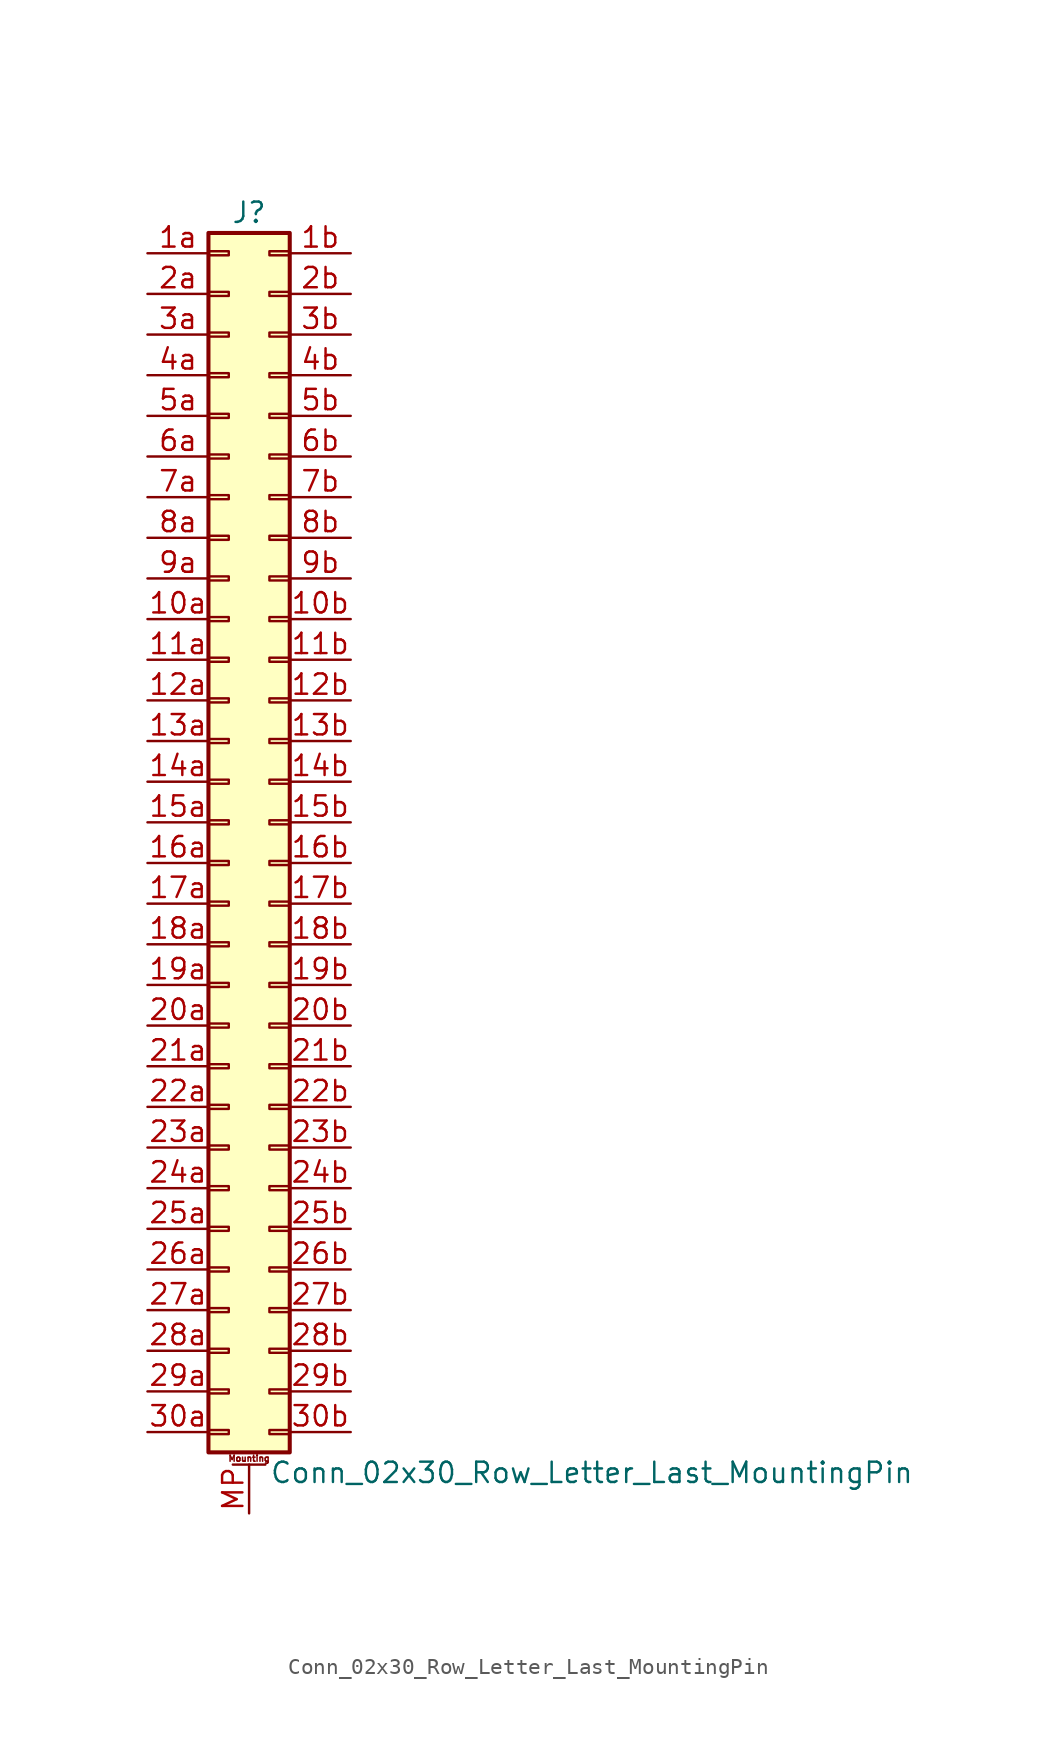
<source format=kicad_sym>
(kicad_symbol_lib
  (version 20201005)
  (generator kicad_symbol_editor)
  (symbol "Conn_02x30_Row_Letter_Last_MountingPin"
    (pin_names
      (offset 1.016) hide)
    (property "Reference" "J"
      (at 1.27 38.1 0)
      (effects (font (size 1.27 1.27))))
    (property "Value" "Conn_02x30_Row_Letter_Last_MountingPin"
      (at 2.54 -40.64 0)
      (effects (font (size 1.27 1.27)) (justify left)))
    (symbol "Conn_02x30_Row_Letter_Last_MountingPin_1_1"
      (text "Mounting" (at 1.27 -39.751 0) (effects (font (size 0.381 0.381))))
      (rectangle (start -1.27 -37.973) (end 0 -38.227) (stroke (width 0.152)) (fill (type none)))
      (rectangle (start -1.27 -35.433) (end 0 -35.687) (stroke (width 0.152)) (fill (type none)))
      (rectangle (start -1.27 -32.893) (end 0 -33.147) (stroke (width 0.152)) (fill (type none)))
      (rectangle (start -1.27 -30.353) (end 0 -30.607) (stroke (width 0.152)) (fill (type none)))
      (rectangle (start -1.27 -27.813) (end 0 -28.067) (stroke (width 0.152)) (fill (type none)))
      (rectangle (start -1.27 -25.273) (end 0 -25.527) (stroke (width 0.152)) (fill (type none)))
      (rectangle (start -1.27 -22.733) (end 0 -22.987) (stroke (width 0.152)) (fill (type none)))
      (rectangle (start -1.27 -20.193) (end 0 -20.447) (stroke (width 0.152)) (fill (type none)))
      (rectangle (start -1.27 -17.653) (end 0 -17.907) (stroke (width 0.152)) (fill (type none)))
      (rectangle (start -1.27 -15.113) (end 0 -15.367) (stroke (width 0.152)) (fill (type none)))
      (rectangle (start -1.27 -12.573) (end 0 -12.827) (stroke (width 0.152)) (fill (type none)))
      (rectangle (start -1.27 -10.033) (end 0 -10.287) (stroke (width 0.152)) (fill (type none)))
      (rectangle (start -1.27 -7.493) (end 0 -7.747) (stroke (width 0.152)) (fill (type none)))
      (rectangle (start -1.27 -4.953) (end 0 -5.207) (stroke (width 0.152)) (fill (type none)))
      (rectangle (start -1.27 -2.413) (end 0 -2.667) (stroke (width 0.152)) (fill (type none)))
      (rectangle (start -1.27 0.127) (end 0 -0.127) (stroke (width 0.152)) (fill (type none)))
      (rectangle (start -1.27 2.667) (end 0 2.413) (stroke (width 0.152)) (fill (type none)))
      (rectangle (start -1.27 5.207) (end 0 4.953) (stroke (width 0.152)) (fill (type none)))
      (rectangle (start -1.27 7.747) (end 0 7.493) (stroke (width 0.152)) (fill (type none)))
      (rectangle (start -1.27 10.287) (end 0 10.033) (stroke (width 0.152)) (fill (type none)))
      (rectangle (start -1.27 12.827) (end 0 12.573) (stroke (width 0.152)) (fill (type none)))
      (rectangle (start -1.27 15.367) (end 0 15.113) (stroke (width 0.152)) (fill (type none)))
      (rectangle (start -1.27 17.907) (end 0 17.653) (stroke (width 0.152)) (fill (type none)))
      (rectangle (start -1.27 20.447) (end 0 20.193) (stroke (width 0.152)) (fill (type none)))
      (rectangle (start -1.27 22.987) (end 0 22.733) (stroke (width 0.152)) (fill (type none)))
      (rectangle (start -1.27 25.527) (end 0 25.273) (stroke (width 0.152)) (fill (type none)))
      (rectangle (start -1.27 28.067) (end 0 27.813) (stroke (width 0.152)) (fill (type none)))
      (rectangle (start -1.27 30.607) (end 0 30.353) (stroke (width 0.152)) (fill (type none)))
      (rectangle (start -1.27 33.147) (end 0 32.893) (stroke (width 0.152)) (fill (type none)))
      (rectangle (start -1.27 35.687) (end 0 35.433) (stroke (width 0.152)) (fill (type none)))
      (rectangle (start 3.81 -37.973) (end 2.54 -38.227) (stroke (width 0.152)) (fill (type none)))
      (rectangle (start 3.81 -35.433) (end 2.54 -35.687) (stroke (width 0.152)) (fill (type none)))
      (rectangle (start 3.81 -32.893) (end 2.54 -33.147) (stroke (width 0.152)) (fill (type none)))
      (rectangle (start 3.81 -30.353) (end 2.54 -30.607) (stroke (width 0.152)) (fill (type none)))
      (rectangle (start 3.81 -27.813) (end 2.54 -28.067) (stroke (width 0.152)) (fill (type none)))
      (rectangle (start 3.81 -25.273) (end 2.54 -25.527) (stroke (width 0.152)) (fill (type none)))
      (rectangle (start 3.81 -22.733) (end 2.54 -22.987) (stroke (width 0.152)) (fill (type none)))
      (rectangle (start 3.81 -20.193) (end 2.54 -20.447) (stroke (width 0.152)) (fill (type none)))
      (rectangle (start 3.81 -17.653) (end 2.54 -17.907) (stroke (width 0.152)) (fill (type none)))
      (rectangle (start 3.81 -15.113) (end 2.54 -15.367) (stroke (width 0.152)) (fill (type none)))
      (rectangle (start 3.81 -12.573) (end 2.54 -12.827) (stroke (width 0.152)) (fill (type none)))
      (rectangle (start 3.81 -10.033) (end 2.54 -10.287) (stroke (width 0.152)) (fill (type none)))
      (rectangle (start 3.81 -7.493) (end 2.54 -7.747) (stroke (width 0.152)) (fill (type none)))
      (rectangle (start 3.81 -4.953) (end 2.54 -5.207) (stroke (width 0.152)) (fill (type none)))
      (rectangle (start 3.81 -2.413) (end 2.54 -2.667) (stroke (width 0.152)) (fill (type none)))
      (rectangle (start 3.81 0.127) (end 2.54 -0.127) (stroke (width 0.152)) (fill (type none)))
      (rectangle (start 3.81 2.667) (end 2.54 2.413) (stroke (width 0.152)) (fill (type none)))
      (rectangle (start 3.81 5.207) (end 2.54 4.953) (stroke (width 0.152)) (fill (type none)))
      (rectangle (start 3.81 7.747) (end 2.54 7.493) (stroke (width 0.152)) (fill (type none)))
      (rectangle (start 3.81 10.287) (end 2.54 10.033) (stroke (width 0.152)) (fill (type none)))
      (rectangle (start 3.81 12.827) (end 2.54 12.573) (stroke (width 0.152)) (fill (type none)))
      (rectangle (start 3.81 15.367) (end 2.54 15.113) (stroke (width 0.152)) (fill (type none)))
      (rectangle (start 3.81 17.907) (end 2.54 17.653) (stroke (width 0.152)) (fill (type none)))
      (rectangle (start 3.81 20.447) (end 2.54 20.193) (stroke (width 0.152)) (fill (type none)))
      (rectangle (start 3.81 22.987) (end 2.54 22.733) (stroke (width 0.152)) (fill (type none)))
      (rectangle (start 3.81 25.527) (end 2.54 25.273) (stroke (width 0.152)) (fill (type none)))
      (rectangle (start 3.81 28.067) (end 2.54 27.813) (stroke (width 0.152)) (fill (type none)))
      (rectangle (start 3.81 30.607) (end 2.54 30.353) (stroke (width 0.152)) (fill (type none)))
      (rectangle (start 3.81 33.147) (end 2.54 32.893) (stroke (width 0.152)) (fill (type none)))
      (rectangle (start 3.81 35.687) (end 2.54 35.433) (stroke (width 0.152)) (fill (type none)))
      (rectangle (start -1.27 36.83) (end 3.81 -39.37) (stroke (width 0.254)) (fill (type background)))
      (polyline (pts (xy 0.254 -40.132) (xy 2.286 -40.132)) (stroke (width 0.152)) (fill (type none)))
      (pin passive line (at -5.08 12.7 0) (length 3.81) (name "Pin_10a" (effects (font (size 1.27 1.27)))) (number "10a" (effects (font (size 1.27 1.27)))))
      (pin passive line (at 7.62 12.7 180) (length 3.81) (name "Pin_10b" (effects (font (size 1.27 1.27)))) (number "10b" (effects (font (size 1.27 1.27)))))
      (pin passive line (at -5.08 10.16 0) (length 3.81) (name "Pin_11a" (effects (font (size 1.27 1.27)))) (number "11a" (effects (font (size 1.27 1.27)))))
      (pin passive line (at 7.62 10.16 180) (length 3.81) (name "Pin_11b" (effects (font (size 1.27 1.27)))) (number "11b" (effects (font (size 1.27 1.27)))))
      (pin passive line (at -5.08 7.62 0) (length 3.81) (name "Pin_12a" (effects (font (size 1.27 1.27)))) (number "12a" (effects (font (size 1.27 1.27)))))
      (pin passive line (at 7.62 7.62 180) (length 3.81) (name "Pin_12b" (effects (font (size 1.27 1.27)))) (number "12b" (effects (font (size 1.27 1.27)))))
      (pin passive line (at -5.08 5.08 0) (length 3.81) (name "Pin_13a" (effects (font (size 1.27 1.27)))) (number "13a" (effects (font (size 1.27 1.27)))))
      (pin passive line (at 7.62 5.08 180) (length 3.81) (name "Pin_13b" (effects (font (size 1.27 1.27)))) (number "13b" (effects (font (size 1.27 1.27)))))
      (pin passive line (at -5.08 2.54 0) (length 3.81) (name "Pin_14a" (effects (font (size 1.27 1.27)))) (number "14a" (effects (font (size 1.27 1.27)))))
      (pin passive line (at 7.62 2.54 180) (length 3.81) (name "Pin_14b" (effects (font (size 1.27 1.27)))) (number "14b" (effects (font (size 1.27 1.27)))))
      (pin passive line (at -5.08 0 0) (length 3.81) (name "Pin_15a" (effects (font (size 1.27 1.27)))) (number "15a" (effects (font (size 1.27 1.27)))))
      (pin passive line (at 7.62 0 180) (length 3.81) (name "Pin_15b" (effects (font (size 1.27 1.27)))) (number "15b" (effects (font (size 1.27 1.27)))))
      (pin passive line (at -5.08 -2.54 0) (length 3.81) (name "Pin_16a" (effects (font (size 1.27 1.27)))) (number "16a" (effects (font (size 1.27 1.27)))))
      (pin passive line (at 7.62 -2.54 180) (length 3.81) (name "Pin_16b" (effects (font (size 1.27 1.27)))) (number "16b" (effects (font (size 1.27 1.27)))))
      (pin passive line (at -5.08 -5.08 0) (length 3.81) (name "Pin_17a" (effects (font (size 1.27 1.27)))) (number "17a" (effects (font (size 1.27 1.27)))))
      (pin passive line (at 7.62 -5.08 180) (length 3.81) (name "Pin_17b" (effects (font (size 1.27 1.27)))) (number "17b" (effects (font (size 1.27 1.27)))))
      (pin passive line (at -5.08 -7.62 0) (length 3.81) (name "Pin_18a" (effects (font (size 1.27 1.27)))) (number "18a" (effects (font (size 1.27 1.27)))))
      (pin passive line (at 7.62 -7.62 180) (length 3.81) (name "Pin_18b" (effects (font (size 1.27 1.27)))) (number "18b" (effects (font (size 1.27 1.27)))))
      (pin passive line (at -5.08 -10.16 0) (length 3.81) (name "Pin_19a" (effects (font (size 1.27 1.27)))) (number "19a" (effects (font (size 1.27 1.27)))))
      (pin passive line (at 7.62 -10.16 180) (length 3.81) (name "Pin_19b" (effects (font (size 1.27 1.27)))) (number "19b" (effects (font (size 1.27 1.27)))))
      (pin passive line (at -5.08 35.56 0) (length 3.81) (name "Pin_1a" (effects (font (size 1.27 1.27)))) (number "1a" (effects (font (size 1.27 1.27)))))
      (pin passive line (at 7.62 35.56 180) (length 3.81) (name "Pin_1b" (effects (font (size 1.27 1.27)))) (number "1b" (effects (font (size 1.27 1.27)))))
      (pin passive line (at -5.08 -12.7 0) (length 3.81) (name "Pin_20a" (effects (font (size 1.27 1.27)))) (number "20a" (effects (font (size 1.27 1.27)))))
      (pin passive line (at 7.62 -12.7 180) (length 3.81) (name "Pin_20b" (effects (font (size 1.27 1.27)))) (number "20b" (effects (font (size 1.27 1.27)))))
      (pin passive line (at -5.08 -15.24 0) (length 3.81) (name "Pin_21a" (effects (font (size 1.27 1.27)))) (number "21a" (effects (font (size 1.27 1.27)))))
      (pin passive line (at 7.62 -15.24 180) (length 3.81) (name "Pin_21b" (effects (font (size 1.27 1.27)))) (number "21b" (effects (font (size 1.27 1.27)))))
      (pin passive line (at -5.08 -17.78 0) (length 3.81) (name "Pin_22a" (effects (font (size 1.27 1.27)))) (number "22a" (effects (font (size 1.27 1.27)))))
      (pin passive line (at 7.62 -17.78 180) (length 3.81) (name "Pin_22b" (effects (font (size 1.27 1.27)))) (number "22b" (effects (font (size 1.27 1.27)))))
      (pin passive line (at -5.08 -20.32 0) (length 3.81) (name "Pin_23a" (effects (font (size 1.27 1.27)))) (number "23a" (effects (font (size 1.27 1.27)))))
      (pin passive line (at 7.62 -20.32 180) (length 3.81) (name "Pin_23b" (effects (font (size 1.27 1.27)))) (number "23b" (effects (font (size 1.27 1.27)))))
      (pin passive line (at -5.08 -22.86 0) (length 3.81) (name "Pin_24a" (effects (font (size 1.27 1.27)))) (number "24a" (effects (font (size 1.27 1.27)))))
      (pin passive line (at 7.62 -22.86 180) (length 3.81) (name "Pin_24b" (effects (font (size 1.27 1.27)))) (number "24b" (effects (font (size 1.27 1.27)))))
      (pin passive line (at -5.08 -25.4 0) (length 3.81) (name "Pin_25a" (effects (font (size 1.27 1.27)))) (number "25a" (effects (font (size 1.27 1.27)))))
      (pin passive line (at 7.62 -25.4 180) (length 3.81) (name "Pin_25b" (effects (font (size 1.27 1.27)))) (number "25b" (effects (font (size 1.27 1.27)))))
      (pin passive line (at -5.08 -27.94 0) (length 3.81) (name "Pin_26a" (effects (font (size 1.27 1.27)))) (number "26a" (effects (font (size 1.27 1.27)))))
      (pin passive line (at 7.62 -27.94 180) (length 3.81) (name "Pin_26b" (effects (font (size 1.27 1.27)))) (number "26b" (effects (font (size 1.27 1.27)))))
      (pin passive line (at -5.08 -30.48 0) (length 3.81) (name "Pin_27a" (effects (font (size 1.27 1.27)))) (number "27a" (effects (font (size 1.27 1.27)))))
      (pin passive line (at 7.62 -30.48 180) (length 3.81) (name "Pin_27b" (effects (font (size 1.27 1.27)))) (number "27b" (effects (font (size 1.27 1.27)))))
      (pin passive line (at -5.08 -33.02 0) (length 3.81) (name "Pin_28a" (effects (font (size 1.27 1.27)))) (number "28a" (effects (font (size 1.27 1.27)))))
      (pin passive line (at 7.62 -33.02 180) (length 3.81) (name "Pin_28b" (effects (font (size 1.27 1.27)))) (number "28b" (effects (font (size 1.27 1.27)))))
      (pin passive line (at -5.08 -35.56 0) (length 3.81) (name "Pin_29a" (effects (font (size 1.27 1.27)))) (number "29a" (effects (font (size 1.27 1.27)))))
      (pin passive line (at 7.62 -35.56 180) (length 3.81) (name "Pin_29b" (effects (font (size 1.27 1.27)))) (number "29b" (effects (font (size 1.27 1.27)))))
      (pin passive line (at -5.08 33.02 0) (length 3.81) (name "Pin_2a" (effects (font (size 1.27 1.27)))) (number "2a" (effects (font (size 1.27 1.27)))))
      (pin passive line (at 7.62 33.02 180) (length 3.81) (name "Pin_2b" (effects (font (size 1.27 1.27)))) (number "2b" (effects (font (size 1.27 1.27)))))
      (pin passive line (at -5.08 -38.1 0) (length 3.81) (name "Pin_30a" (effects (font (size 1.27 1.27)))) (number "30a" (effects (font (size 1.27 1.27)))))
      (pin passive line (at 7.62 -38.1 180) (length 3.81) (name "Pin_30b" (effects (font (size 1.27 1.27)))) (number "30b" (effects (font (size 1.27 1.27)))))
      (pin passive line (at -5.08 30.48 0) (length 3.81) (name "Pin_3a" (effects (font (size 1.27 1.27)))) (number "3a" (effects (font (size 1.27 1.27)))))
      (pin passive line (at 7.62 30.48 180) (length 3.81) (name "Pin_3b" (effects (font (size 1.27 1.27)))) (number "3b" (effects (font (size 1.27 1.27)))))
      (pin passive line (at -5.08 27.94 0) (length 3.81) (name "Pin_4a" (effects (font (size 1.27 1.27)))) (number "4a" (effects (font (size 1.27 1.27)))))
      (pin passive line (at 7.62 27.94 180) (length 3.81) (name "Pin_4b" (effects (font (size 1.27 1.27)))) (number "4b" (effects (font (size 1.27 1.27)))))
      (pin passive line (at -5.08 25.4 0) (length 3.81) (name "Pin_5a" (effects (font (size 1.27 1.27)))) (number "5a" (effects (font (size 1.27 1.27)))))
      (pin passive line (at 7.62 25.4 180) (length 3.81) (name "Pin_5b" (effects (font (size 1.27 1.27)))) (number "5b" (effects (font (size 1.27 1.27)))))
      (pin passive line (at -5.08 22.86 0) (length 3.81) (name "Pin_6a" (effects (font (size 1.27 1.27)))) (number "6a" (effects (font (size 1.27 1.27)))))
      (pin passive line (at 7.62 22.86 180) (length 3.81) (name "Pin_6b" (effects (font (size 1.27 1.27)))) (number "6b" (effects (font (size 1.27 1.27)))))
      (pin passive line (at -5.08 20.32 0) (length 3.81) (name "Pin_7a" (effects (font (size 1.27 1.27)))) (number "7a" (effects (font (size 1.27 1.27)))))
      (pin passive line (at 7.62 20.32 180) (length 3.81) (name "Pin_7b" (effects (font (size 1.27 1.27)))) (number "7b" (effects (font (size 1.27 1.27)))))
      (pin passive line (at -5.08 17.78 0) (length 3.81) (name "Pin_8a" (effects (font (size 1.27 1.27)))) (number "8a" (effects (font (size 1.27 1.27)))))
      (pin passive line (at 7.62 17.78 180) (length 3.81) (name "Pin_8b" (effects (font (size 1.27 1.27)))) (number "8b" (effects (font (size 1.27 1.27)))))
      (pin passive line (at -5.08 15.24 0) (length 3.81) (name "Pin_9a" (effects (font (size 1.27 1.27)))) (number "9a" (effects (font (size 1.27 1.27)))))
      (pin passive line (at 7.62 15.24 180) (length 3.81) (name "Pin_9b" (effects (font (size 1.27 1.27)))) (number "9b" (effects (font (size 1.27 1.27)))))
      (pin passive line (at 1.27 -43.18 90) (length 3.048) (name "MountPin" (effects (font (size 1.27 1.27)))) (number "MP" (effects (font (size 1.27 1.27))))))))
</source>
